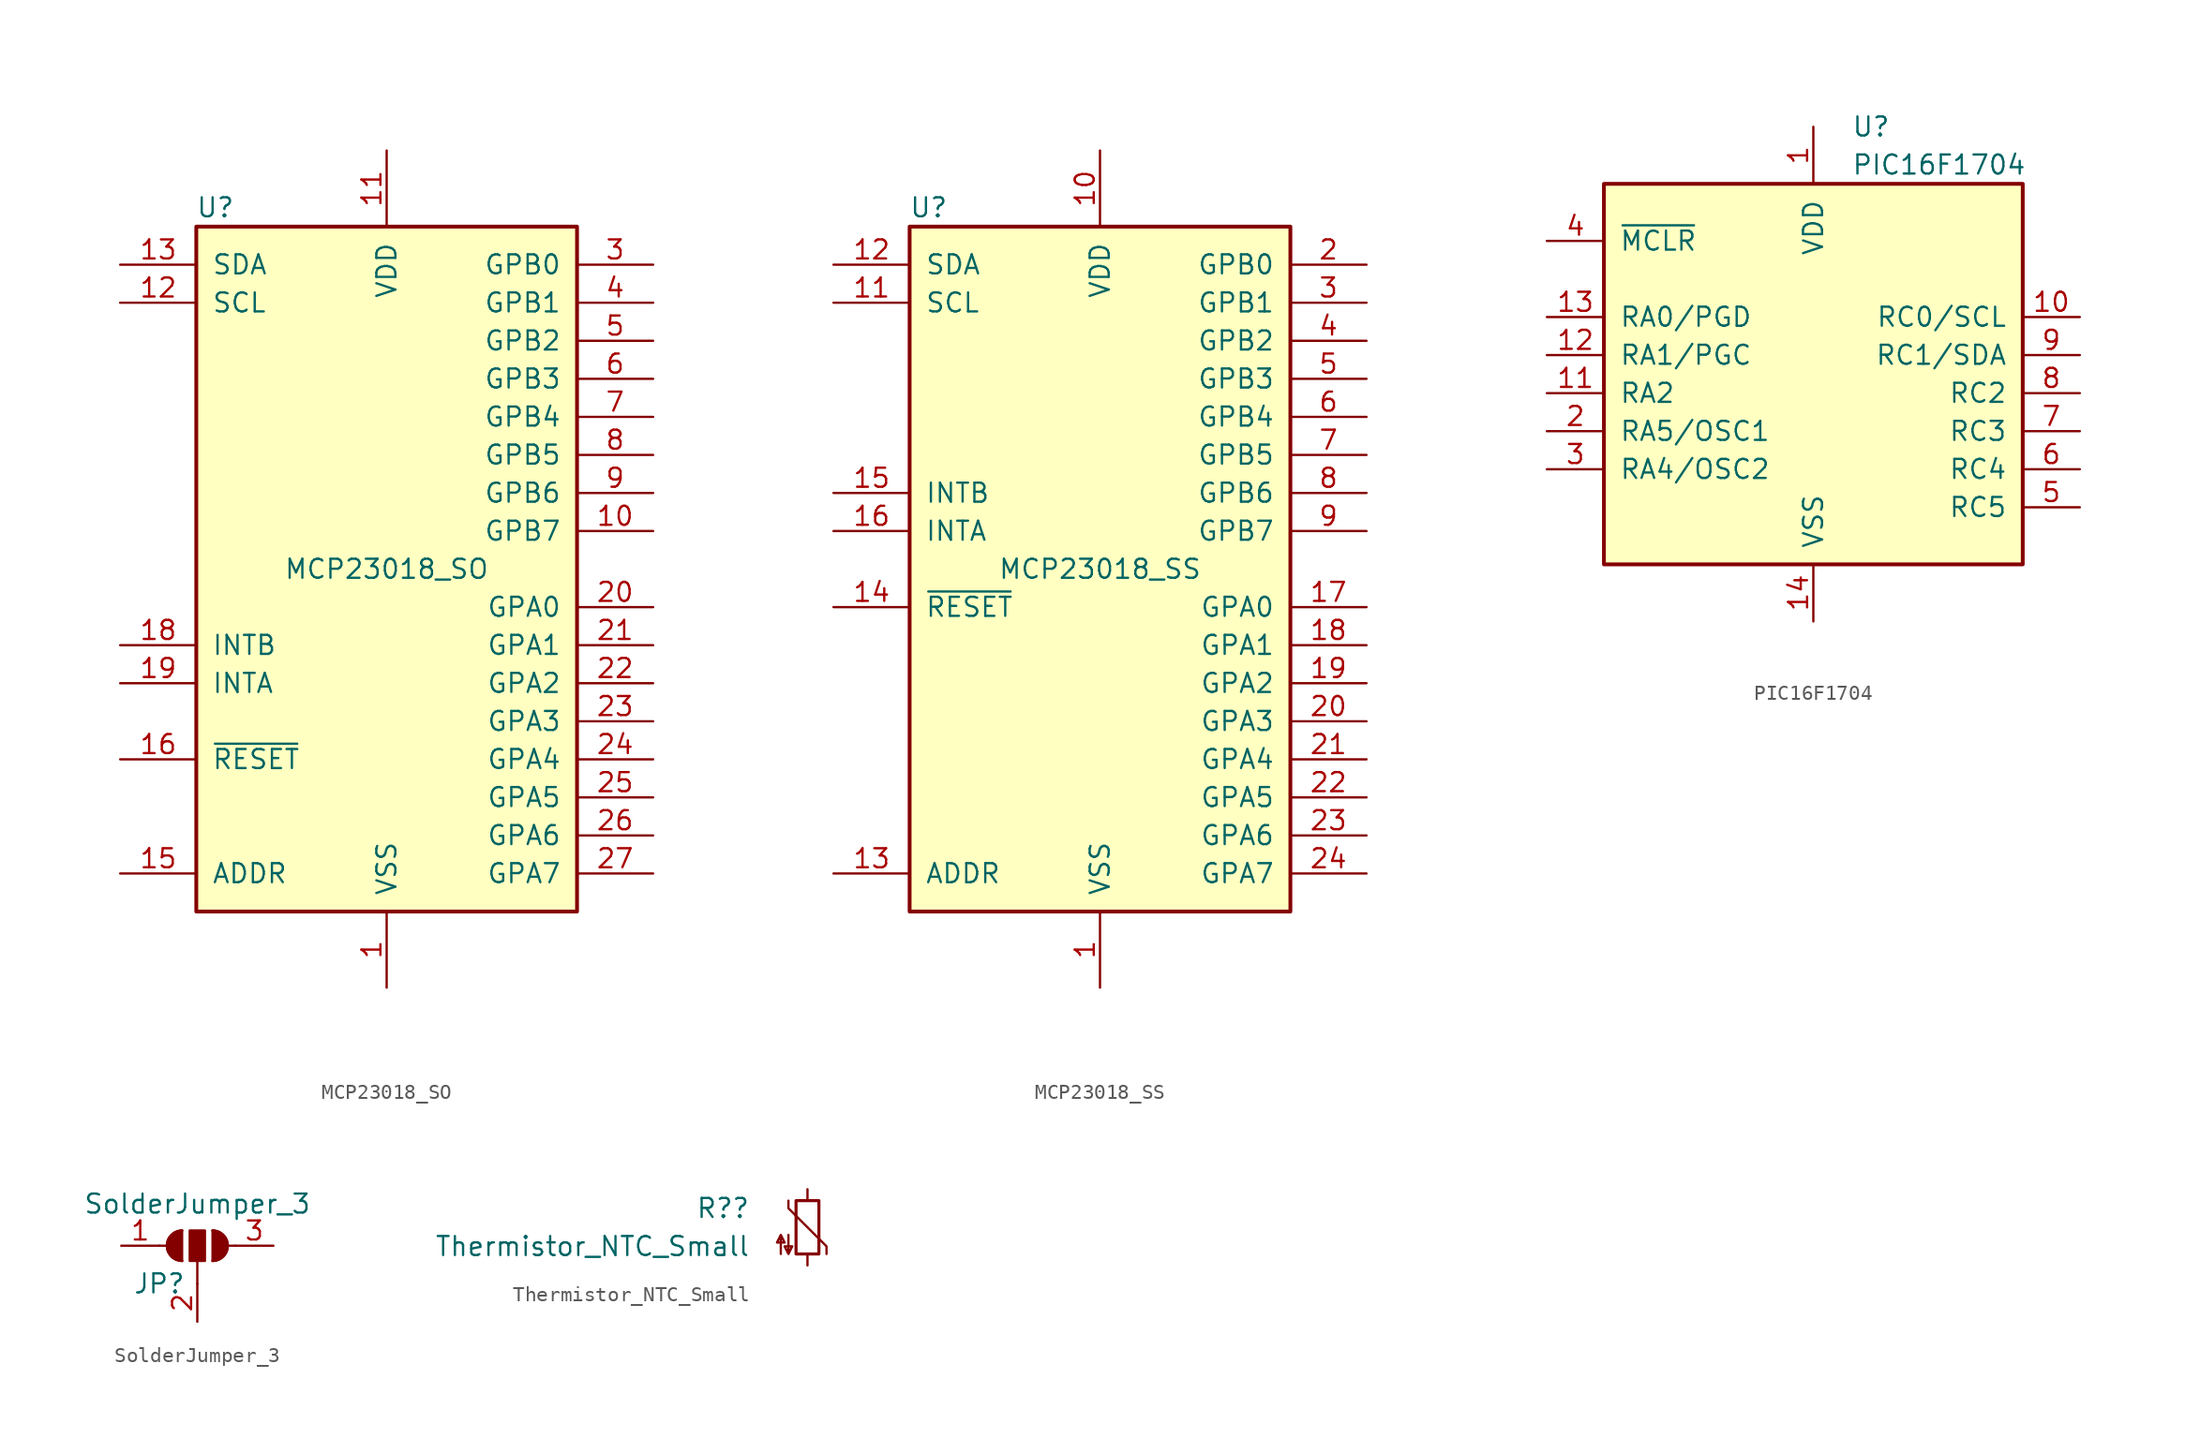
<source format=kicad_sym>
(kicad_symbol_lib
  (version 20211014)
  (generator kicad_symbol_editor)
  (symbol "MCP23018_SO"
    (pin_names
      (offset 1.016))
    (property "Reference" "U"
      (at -11.43 24.13 0)
      (effects (font (size 1.27 1.27))))
    (property "Value" "MCP23018_SO"
      (at 0 0 0)
      (effects (font (size 1.27 1.27))))
    (symbol "MCP23018_SO_0_1"
      (rectangle (start -12.7 22.86) (end 12.7 -22.86) (stroke (width 0.254) (type default) (color 0 0 0 0)) (fill (type background))))
    (symbol "MCP23018_SO_1_1"
      (pin power_in line (at 0 -27.94 90) (length 5.08) (name "VSS" (effects (font (size 1.27 1.27)))) (number "1" (effects (font (size 1.27 1.27)))))
      (pin bidirectional line (at 17.78 2.54 180) (length 5.08) (name "GPB7" (effects (font (size 1.27 1.27)))) (number "10" (effects (font (size 1.27 1.27)))))
      (pin power_in line (at 0 27.94 270) (length 5.08) (name "VDD" (effects (font (size 1.27 1.27)))) (number "11" (effects (font (size 1.27 1.27)))))
      (pin input line (at -17.78 17.78 0) (length 5.08) (name "SCL" (effects (font (size 1.27 1.27)))) (number "12" (effects (font (size 1.27 1.27)))))
      (pin bidirectional line (at -17.78 20.32 0) (length 5.08) (name "SDA" (effects (font (size 1.27 1.27)))) (number "13" (effects (font (size 1.27 1.27)))))
      (pin no_connect line (at -17.78 10.16 0) (length 5.08) hide (name "NC" (effects (font (size 1.27 1.27)))) (number "14" (effects (font (size 1.27 1.27)))))
      (pin input line (at -17.78 -20.32 0) (length 5.08) (name "ADDR" (effects (font (size 1.27 1.27)))) (number "15" (effects (font (size 1.27 1.27)))))
      (pin input line (at -17.78 -12.7 0) (length 5.08) (name "~{RESET}" (effects (font (size 1.27 1.27)))) (number "16" (effects (font (size 1.27 1.27)))))
      (pin no_connect line (at -17.78 7.62 0) (length 5.08) hide (name "NC" (effects (font (size 1.27 1.27)))) (number "17" (effects (font (size 1.27 1.27)))))
      (pin tri_state line (at -17.78 -5.08 0) (length 5.08) (name "INTB" (effects (font (size 1.27 1.27)))) (number "18" (effects (font (size 1.27 1.27)))))
      (pin tri_state line (at -17.78 -7.62 0) (length 5.08) (name "INTA" (effects (font (size 1.27 1.27)))) (number "19" (effects (font (size 1.27 1.27)))))
      (pin no_connect line (at -17.78 12.7 0) (length 5.08) hide (name "NC" (effects (font (size 1.27 1.27)))) (number "2" (effects (font (size 1.27 1.27)))))
      (pin bidirectional line (at 17.78 -2.54 180) (length 5.08) (name "GPA0" (effects (font (size 1.27 1.27)))) (number "20" (effects (font (size 1.27 1.27)))))
      (pin bidirectional line (at 17.78 -5.08 180) (length 5.08) (name "GPA1" (effects (font (size 1.27 1.27)))) (number "21" (effects (font (size 1.27 1.27)))))
      (pin bidirectional line (at 17.78 -7.62 180) (length 5.08) (name "GPA2" (effects (font (size 1.27 1.27)))) (number "22" (effects (font (size 1.27 1.27)))))
      (pin bidirectional line (at 17.78 -10.16 180) (length 5.08) (name "GPA3" (effects (font (size 1.27 1.27)))) (number "23" (effects (font (size 1.27 1.27)))))
      (pin bidirectional line (at 17.78 -12.7 180) (length 5.08) (name "GPA4" (effects (font (size 1.27 1.27)))) (number "24" (effects (font (size 1.27 1.27)))))
      (pin bidirectional line (at 17.78 -15.24 180) (length 5.08) (name "GPA5" (effects (font (size 1.27 1.27)))) (number "25" (effects (font (size 1.27 1.27)))))
      (pin bidirectional line (at 17.78 -17.78 180) (length 5.08) (name "GPA6" (effects (font (size 1.27 1.27)))) (number "26" (effects (font (size 1.27 1.27)))))
      (pin bidirectional line (at 17.78 -20.32 180) (length 5.08) (name "GPA7" (effects (font (size 1.27 1.27)))) (number "27" (effects (font (size 1.27 1.27)))))
      (pin no_connect line (at -17.78 5.08 0) (length 5.08) hide (name "NC" (effects (font (size 1.27 1.27)))) (number "28" (effects (font (size 1.27 1.27)))))
      (pin bidirectional line (at 17.78 20.32 180) (length 5.08) (name "GPB0" (effects (font (size 1.27 1.27)))) (number "3" (effects (font (size 1.27 1.27)))))
      (pin bidirectional line (at 17.78 17.78 180) (length 5.08) (name "GPB1" (effects (font (size 1.27 1.27)))) (number "4" (effects (font (size 1.27 1.27)))))
      (pin bidirectional line (at 17.78 15.24 180) (length 5.08) (name "GPB2" (effects (font (size 1.27 1.27)))) (number "5" (effects (font (size 1.27 1.27)))))
      (pin bidirectional line (at 17.78 12.7 180) (length 5.08) (name "GPB3" (effects (font (size 1.27 1.27)))) (number "6" (effects (font (size 1.27 1.27)))))
      (pin bidirectional line (at 17.78 10.16 180) (length 5.08) (name "GPB4" (effects (font (size 1.27 1.27)))) (number "7" (effects (font (size 1.27 1.27)))))
      (pin bidirectional line (at 17.78 7.62 180) (length 5.08) (name "GPB5" (effects (font (size 1.27 1.27)))) (number "8" (effects (font (size 1.27 1.27)))))
      (pin bidirectional line (at 17.78 5.08 180) (length 5.08) (name "GPB6" (effects (font (size 1.27 1.27)))) (number "9" (effects (font (size 1.27 1.27)))))))
  (symbol "MCP23018_SS"
    (pin_names
      (offset 1.016))
    (property "Reference" "U"
      (at -11.43 24.13 0)
      (effects (font (size 1.27 1.27))))
    (property "Value" "MCP23018_SS"
      (at 0 0 0)
      (effects (font (size 1.27 1.27))))
    (symbol "MCP23018_SS_0_1"
      (rectangle (start -12.7 22.86) (end 12.7 -22.86) (stroke (width 0.254) (type default) (color 0 0 0 0)) (fill (type background))))
    (symbol "MCP23018_SS_1_1"
      (pin power_in line (at 0 -27.94 90) (length 5.08) (name "VSS" (effects (font (size 1.27 1.27)))) (number "1" (effects (font (size 1.27 1.27)))))
      (pin power_in line (at 0 27.94 270) (length 5.08) (name "VDD" (effects (font (size 1.27 1.27)))) (number "10" (effects (font (size 1.27 1.27)))))
      (pin input line (at -17.78 17.78 0) (length 5.08) (name "SCL" (effects (font (size 1.27 1.27)))) (number "11" (effects (font (size 1.27 1.27)))))
      (pin bidirectional line (at -17.78 20.32 0) (length 5.08) (name "SDA" (effects (font (size 1.27 1.27)))) (number "12" (effects (font (size 1.27 1.27)))))
      (pin input line (at -17.78 -20.32 0) (length 5.08) (name "ADDR" (effects (font (size 1.27 1.27)))) (number "13" (effects (font (size 1.27 1.27)))))
      (pin input line (at -17.78 -2.54 0) (length 5.08) (name "~{RESET}" (effects (font (size 1.27 1.27)))) (number "14" (effects (font (size 1.27 1.27)))))
      (pin tri_state line (at -17.78 5.08 0) (length 5.08) (name "INTB" (effects (font (size 1.27 1.27)))) (number "15" (effects (font (size 1.27 1.27)))))
      (pin tri_state line (at -17.78 2.54 0) (length 5.08) (name "INTA" (effects (font (size 1.27 1.27)))) (number "16" (effects (font (size 1.27 1.27)))))
      (pin bidirectional line (at 17.78 -2.54 180) (length 5.08) (name "GPA0" (effects (font (size 1.27 1.27)))) (number "17" (effects (font (size 1.27 1.27)))))
      (pin bidirectional line (at 17.78 -5.08 180) (length 5.08) (name "GPA1" (effects (font (size 1.27 1.27)))) (number "18" (effects (font (size 1.27 1.27)))))
      (pin bidirectional line (at 17.78 -7.62 180) (length 5.08) (name "GPA2" (effects (font (size 1.27 1.27)))) (number "19" (effects (font (size 1.27 1.27)))))
      (pin bidirectional line (at 17.78 20.32 180) (length 5.08) (name "GPB0" (effects (font (size 1.27 1.27)))) (number "2" (effects (font (size 1.27 1.27)))))
      (pin bidirectional line (at 17.78 -10.16 180) (length 5.08) (name "GPA3" (effects (font (size 1.27 1.27)))) (number "20" (effects (font (size 1.27 1.27)))))
      (pin bidirectional line (at 17.78 -12.7 180) (length 5.08) (name "GPA4" (effects (font (size 1.27 1.27)))) (number "21" (effects (font (size 1.27 1.27)))))
      (pin bidirectional line (at 17.78 -15.24 180) (length 5.08) (name "GPA5" (effects (font (size 1.27 1.27)))) (number "22" (effects (font (size 1.27 1.27)))))
      (pin bidirectional line (at 17.78 -17.78 180) (length 5.08) (name "GPA6" (effects (font (size 1.27 1.27)))) (number "23" (effects (font (size 1.27 1.27)))))
      (pin bidirectional line (at 17.78 -20.32 180) (length 5.08) (name "GPA7" (effects (font (size 1.27 1.27)))) (number "24" (effects (font (size 1.27 1.27)))))
      (pin bidirectional line (at 17.78 17.78 180) (length 5.08) (name "GPB1" (effects (font (size 1.27 1.27)))) (number "3" (effects (font (size 1.27 1.27)))))
      (pin bidirectional line (at 17.78 15.24 180) (length 5.08) (name "GPB2" (effects (font (size 1.27 1.27)))) (number "4" (effects (font (size 1.27 1.27)))))
      (pin bidirectional line (at 17.78 12.7 180) (length 5.08) (name "GPB3" (effects (font (size 1.27 1.27)))) (number "5" (effects (font (size 1.27 1.27)))))
      (pin bidirectional line (at 17.78 10.16 180) (length 5.08) (name "GPB4" (effects (font (size 1.27 1.27)))) (number "6" (effects (font (size 1.27 1.27)))))
      (pin bidirectional line (at 17.78 7.62 180) (length 5.08) (name "GPB5" (effects (font (size 1.27 1.27)))) (number "7" (effects (font (size 1.27 1.27)))))
      (pin bidirectional line (at 17.78 5.08 180) (length 5.08) (name "GPB6" (effects (font (size 1.27 1.27)))) (number "8" (effects (font (size 1.27 1.27)))))
      (pin bidirectional line (at 17.78 2.54 180) (length 5.08) (name "GPB7" (effects (font (size 1.27 1.27)))) (number "9" (effects (font (size 1.27 1.27)))))))
  (symbol "PIC16F1704"
    (pin_names
      (offset 1.016))
    (property "Reference" "U"
      (at 2.54 20.32 0)
      (effects (font (size 1.27 1.27)) (justify left)))
    (property "Value" "PIC16F1704"
      (at 2.54 17.78 0)
      (effects (font (size 1.27 1.27)) (justify left)))
    (symbol "PIC16F1704_0_1"
      (rectangle (start -13.97 16.51) (end 13.97 -8.89) (stroke (width 0.254) (type default) (color 0 0 0 0)) (fill (type background))))
    (symbol "PIC16F1704_1_1"
      (pin power_in line (at 0 20.32 270) (length 3.81) (name "VDD" (effects (font (size 1.27 1.27)))) (number "1" (effects (font (size 1.27 1.27)))))
      (pin bidirectional line (at 17.78 7.62 180) (length 3.81) (name "RC0/SCL" (effects (font (size 1.27 1.27)))) (number "10" (effects (font (size 1.27 1.27)))))
      (pin bidirectional line (at -17.78 2.54 0) (length 3.81) (name "RA2" (effects (font (size 1.27 1.27)))) (number "11" (effects (font (size 1.27 1.27)))))
      (pin bidirectional line (at -17.78 5.08 0) (length 3.81) (name "RA1/PGC" (effects (font (size 1.27 1.27)))) (number "12" (effects (font (size 1.27 1.27)))))
      (pin bidirectional line (at -17.78 7.62 0) (length 3.81) (name "RA0/PGD" (effects (font (size 1.27 1.27)))) (number "13" (effects (font (size 1.27 1.27)))))
      (pin power_in line (at 0 -12.7 90) (length 3.81) (name "VSS" (effects (font (size 1.27 1.27)))) (number "14" (effects (font (size 1.27 1.27)))))
      (pin bidirectional line (at -17.78 0 0) (length 3.81) (name "RA5/OSC1" (effects (font (size 1.27 1.27)))) (number "2" (effects (font (size 1.27 1.27)))))
      (pin bidirectional line (at -17.78 -2.54 0) (length 3.81) (name "RA4/OSC2" (effects (font (size 1.27 1.27)))) (number "3" (effects (font (size 1.27 1.27)))))
      (pin input line (at -17.78 12.7 0) (length 3.81) (name "~{MCLR}" (effects (font (size 1.27 1.27)))) (number "4" (effects (font (size 1.27 1.27)))))
      (pin bidirectional line (at 17.78 -5.08 180) (length 3.81) (name "RC5" (effects (font (size 1.27 1.27)))) (number "5" (effects (font (size 1.27 1.27)))))
      (pin bidirectional line (at 17.78 -2.54 180) (length 3.81) (name "RC4" (effects (font (size 1.27 1.27)))) (number "6" (effects (font (size 1.27 1.27)))))
      (pin bidirectional line (at 17.78 0 180) (length 3.81) (name "RC3" (effects (font (size 1.27 1.27)))) (number "7" (effects (font (size 1.27 1.27)))))
      (pin bidirectional line (at 17.78 2.54 180) (length 3.81) (name "RC2" (effects (font (size 1.27 1.27)))) (number "8" (effects (font (size 1.27 1.27)))))
      (pin bidirectional line (at 17.78 5.08 180) (length 3.81) (name "RC1/SDA" (effects (font (size 1.27 1.27)))) (number "9" (effects (font (size 1.27 1.27)))))))
  (symbol "SolderJumper_3"
    (pin_names
      (offset 0) hide)
    (property "Reference" "JP"
      (at -2.54 -2.54 0)
      (effects (font (size 1.27 1.27))))
    (property "Value" "SolderJumper_3"
      (at 0 2.794 0)
      (effects (font (size 1.27 1.27))))
    (symbol "SolderJumper_3_0_1"
      (arc (start -1.016 1.016) (mid -2.032 0) (end -1.016 -1.016) (stroke (width 0) (type default) (color 0 0 0 0)) (fill (type none)))
      (arc (start -1.016 1.016) (mid -2.032 0) (end -1.016 -1.016) (stroke (width 0) (type default) (color 0 0 0 0)) (fill (type outline)))
      (rectangle (start -0.508 1.016) (end 0.508 -1.016) (stroke (width 0) (type default) (color 0 0 0 0)) (fill (type outline)))
      (polyline (pts (xy -2.54 0) (xy -2.032 0)) (stroke (width 0) (type default) (color 0 0 0 0)) (fill (type none)))
      (polyline (pts (xy -1.016 1.016) (xy -1.016 -1.016)) (stroke (width 0) (type default) (color 0 0 0 0)) (fill (type none)))
      (polyline (pts (xy 0 -2.54) (xy 0 -1.016)) (stroke (width 0) (type default) (color 0 0 0 0)) (fill (type none)))
      (polyline (pts (xy 1.016 1.016) (xy 1.016 -1.016)) (stroke (width 0) (type default) (color 0 0 0 0)) (fill (type none)))
      (polyline (pts (xy 2.54 0) (xy 2.032 0)) (stroke (width 0) (type default) (color 0 0 0 0)) (fill (type none)))
      (arc (start 1.016 -1.016) (mid 2.032 0) (end 1.016 1.016) (stroke (width 0) (type default) (color 0 0 0 0)) (fill (type none)))
      (arc (start 1.016 -1.016) (mid 2.032 0) (end 1.016 1.016) (stroke (width 0) (type default) (color 0 0 0 0)) (fill (type outline))))
    (symbol "SolderJumper_3_1_1"
      (pin passive line (at -5.08 0 0) (length 2.54) (name "A" (effects (font (size 1.27 1.27)))) (number "1" (effects (font (size 1.27 1.27)))))
      (pin passive line (at 0 -5.08 90) (length 2.54) (name "C" (effects (font (size 1.27 1.27)))) (number "2" (effects (font (size 1.27 1.27)))))
      (pin passive line (at 5.08 0 180) (length 2.54) (name "B" (effects (font (size 1.27 1.27)))) (number "3" (effects (font (size 1.27 1.27)))))))
  (symbol "Thermistor_NTC_Small"
    (pin_numbers hide)
    (pin_names
      (offset 0.254) hide)
    (property "Reference" "R?"
      (at -3.81 1.27 0)
      (effects (font (size 1.27 1.27)) (justify right)))
    (property "Value" "Thermistor_NTC_Small"
      (at -3.81 -1.27 0)
      (effects (font (size 1.27 1.27)) (justify right)))
    (symbol "Thermistor_NTC_Small_0_1"
      (rectangle (start -0.762 1.778) (end 0.762 -1.778) (stroke (width 0.203) (type default) (color 0 0 0 0)) (fill (type none)))
      (polyline (pts (xy -1.27 1.778) (xy -1.27 1.27) (xy 1.27 -1.27) (xy 1.27 -1.778)) (stroke (width 0.152) (type default) (color 0 0 0 0)) (fill (type none)))
      (polyline (pts (xy -1.778 -0.508) (xy -2.032 -1.016) (xy -1.524 -1.016) (xy -1.778 -0.508) (xy -1.778 -1.778)) (stroke (width 0.152) (type default) (color 0 0 0 0)) (fill (type none)))
      (polyline (pts (xy -1.27 -1.778) (xy -1.016 -1.27) (xy -1.524 -1.27) (xy -1.27 -1.778) (xy -1.27 -0.508)) (stroke (width 0.152) (type default) (color 0 0 0 0)) (fill (type none))))
    (symbol "Thermistor_NTC_Small_1_1"
      (pin passive line (at 0 2.54 270) (length 0.762) (name "~" (effects (font (size 1.27 1.27)))) (number "1" (effects (font (size 1.27 1.27)))))
      (pin passive line (at 0 -2.54 90) (length 0.762) (name "~" (effects (font (size 1.27 1.27)))) (number "2" (effects (font (size 1.27 1.27))))))))
</source>
